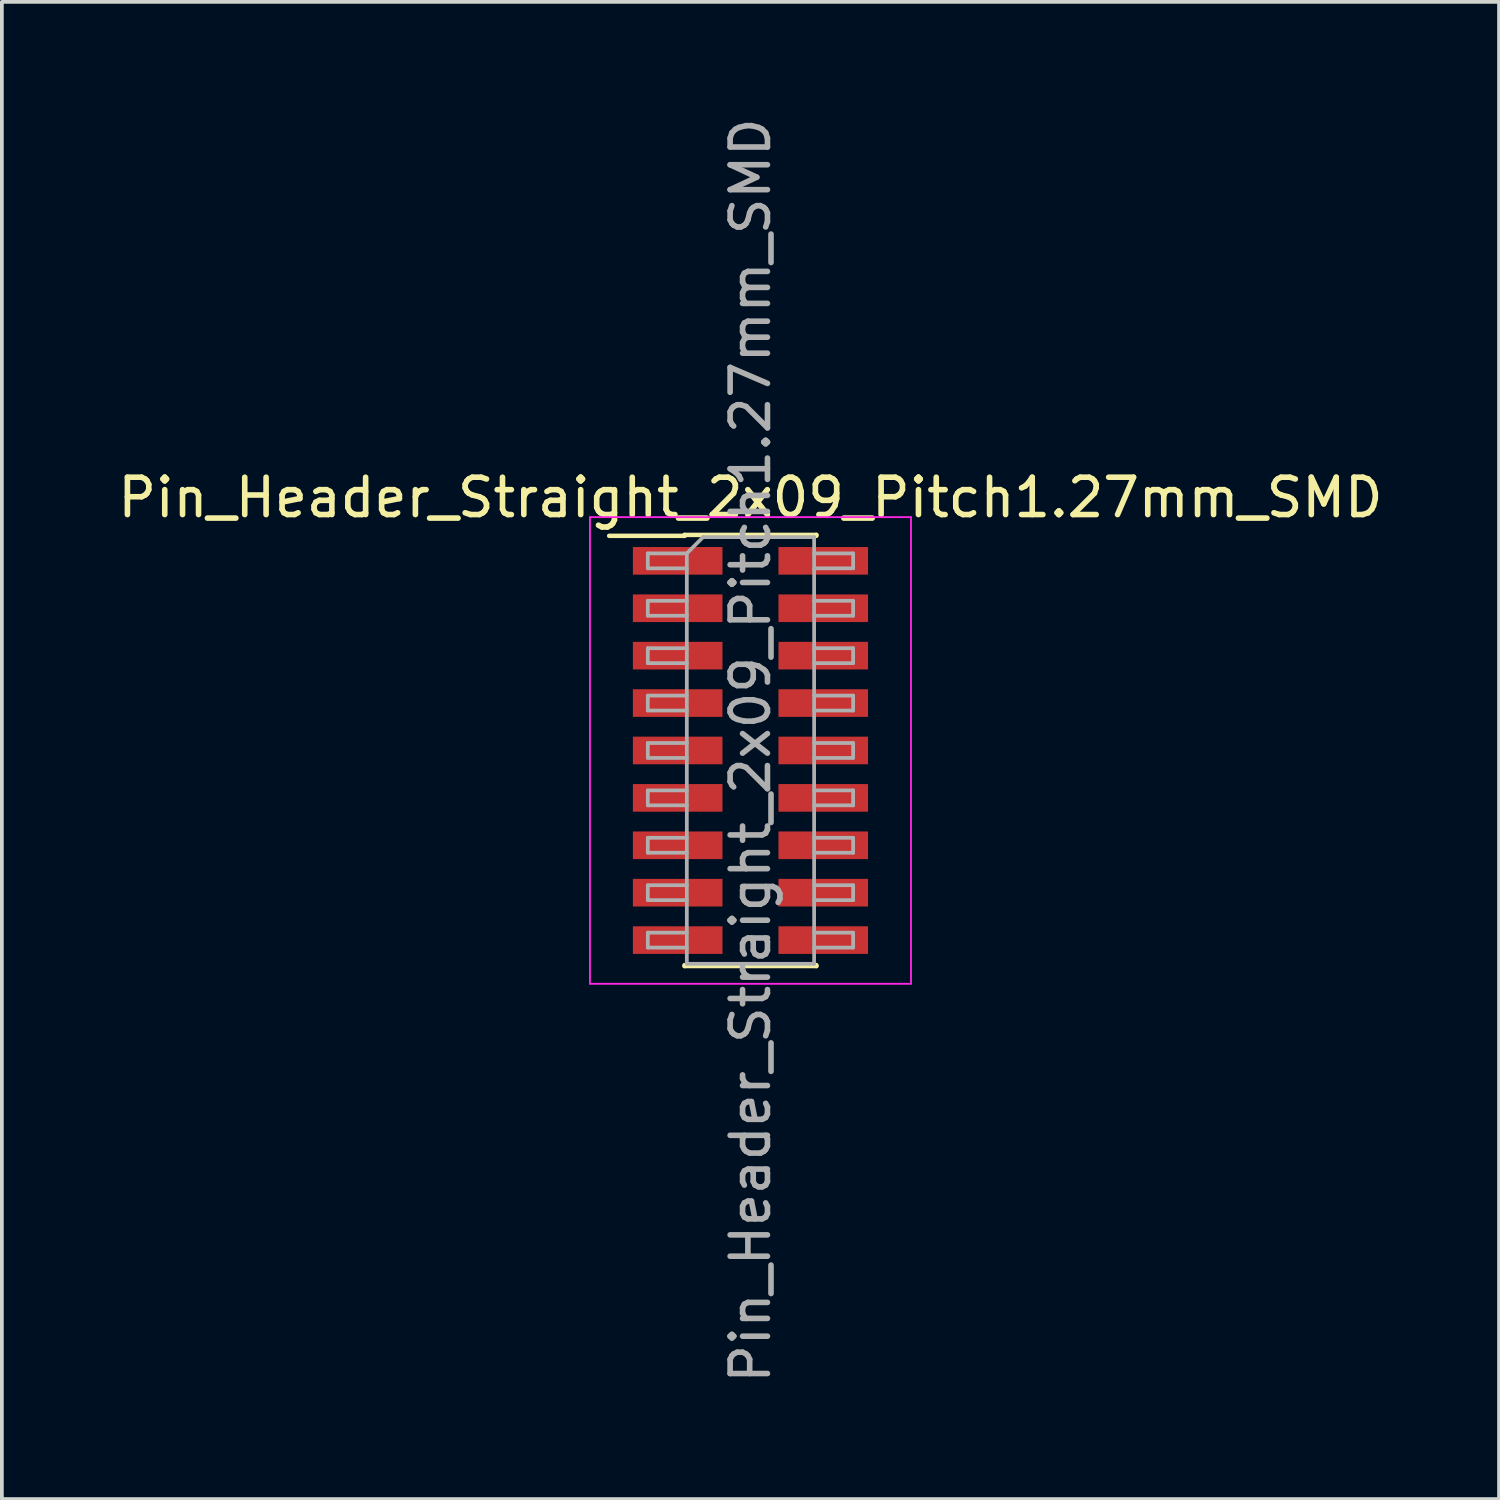
<source format=kicad_pcb>
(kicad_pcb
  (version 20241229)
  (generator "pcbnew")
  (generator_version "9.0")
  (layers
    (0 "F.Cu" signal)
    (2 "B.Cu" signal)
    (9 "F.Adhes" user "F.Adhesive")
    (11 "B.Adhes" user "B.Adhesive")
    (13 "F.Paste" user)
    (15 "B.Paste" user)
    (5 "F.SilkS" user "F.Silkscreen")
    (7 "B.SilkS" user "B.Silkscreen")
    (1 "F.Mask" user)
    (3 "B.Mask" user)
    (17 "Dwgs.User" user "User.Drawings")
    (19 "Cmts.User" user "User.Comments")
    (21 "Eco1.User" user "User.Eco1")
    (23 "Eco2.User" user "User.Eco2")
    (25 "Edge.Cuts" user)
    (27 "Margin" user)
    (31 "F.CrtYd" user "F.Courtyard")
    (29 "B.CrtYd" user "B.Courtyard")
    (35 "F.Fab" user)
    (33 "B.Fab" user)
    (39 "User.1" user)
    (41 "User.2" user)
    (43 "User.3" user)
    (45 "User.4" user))
  (footprint "Pin_Header_Straight_2x09_Pitch1.27mm_SMD"
    (layer "F.Cu")
    (at 17.054 17.054)
    (property "Reference" "Pin_Header_Straight_2x09_Pitch1.27mm_SMD" (at 0 -6.775 0) (layer "F.SilkS") (effects (font (size 1 1) (thickness 0.15))))
    (attr smd)
    (fp_line (start -3.785 -5.75) (end -1.765 -5.75) (stroke (width 0.12) (type solid)) (layer "F.SilkS"))
    (fp_line (start -1.765 -5.775) (end 1.765 -5.775) (stroke (width 0.12) (type solid)) (layer "F.SilkS"))
    (fp_line (start -1.765 -5.75) (end -1.765 -5.775) (stroke (width 0.12) (type solid)) (layer "F.SilkS"))
    (fp_line (start -1.765 5.75) (end -1.765 5.775) (stroke (width 0.12) (type solid)) (layer "F.SilkS"))
    (fp_line (start -1.765 5.775) (end 1.765 5.775) (stroke (width 0.12) (type solid)) (layer "F.SilkS"))
    (fp_line (start 1.765 -5.775) (end 1.765 -5.75) (stroke (width 0.12) (type solid)) (layer "F.SilkS"))
    (fp_line (start 1.765 5.775) (end 1.765 5.75) (stroke (width 0.12) (type solid)) (layer "F.SilkS"))
    (fp_line (start -4.3 -6.25) (end -4.3 6.25) (stroke (width 0.05) (type solid)) (layer "F.CrtYd"))
    (fp_line (start -4.3 6.25) (end 4.3 6.25) (stroke (width 0.05) (type solid)) (layer "F.CrtYd"))
    (fp_line (start 4.3 -6.25) (end -4.3 -6.25) (stroke (width 0.05) (type solid)) (layer "F.CrtYd"))
    (fp_line (start 4.3 6.25) (end 4.3 -6.25) (stroke (width 0.05) (type solid)) (layer "F.CrtYd"))
    (fp_line (start -2.75 -5.28) (end -2.75 -4.88) (stroke (width 0.1) (type solid)) (layer "F.Fab"))
    (fp_line (start -2.75 -4.88) (end -1.705 -4.88) (stroke (width 0.1) (type solid)) (layer "F.Fab"))
    (fp_line (start -2.75 -4.01) (end -2.75 -3.61) (stroke (width 0.1) (type solid)) (layer "F.Fab"))
    (fp_line (start -2.75 -3.61) (end -1.705 -3.61) (stroke (width 0.1) (type solid)) (layer "F.Fab"))
    (fp_line (start -2.75 -2.74) (end -2.75 -2.34) (stroke (width 0.1) (type solid)) (layer "F.Fab"))
    (fp_line (start -2.75 -2.34) (end -1.705 -2.34) (stroke (width 0.1) (type solid)) (layer "F.Fab"))
    (fp_line (start -2.75 -1.47) (end -2.75 -1.07) (stroke (width 0.1) (type solid)) (layer "F.Fab"))
    (fp_line (start -2.75 -1.07) (end -1.705 -1.07) (stroke (width 0.1) (type solid)) (layer "F.Fab"))
    (fp_line (start -2.75 -0.2) (end -2.75 0.2) (stroke (width 0.1) (type solid)) (layer "F.Fab"))
    (fp_line (start -2.75 0.2) (end -1.705 0.2) (stroke (width 0.1) (type solid)) (layer "F.Fab"))
    (fp_line (start -2.75 1.07) (end -2.75 1.47) (stroke (width 0.1) (type solid)) (layer "F.Fab"))
    (fp_line (start -2.75 1.47) (end -1.705 1.47) (stroke (width 0.1) (type solid)) (layer "F.Fab"))
    (fp_line (start -2.75 2.34) (end -2.75 2.74) (stroke (width 0.1) (type solid)) (layer "F.Fab"))
    (fp_line (start -2.75 2.74) (end -1.705 2.74) (stroke (width 0.1) (type solid)) (layer "F.Fab"))
    (fp_line (start -2.75 3.61) (end -2.75 4.01) (stroke (width 0.1) (type solid)) (layer "F.Fab"))
    (fp_line (start -2.75 4.01) (end -1.705 4.01) (stroke (width 0.1) (type solid)) (layer "F.Fab"))
    (fp_line (start -2.75 4.88) (end -2.75 5.28) (stroke (width 0.1) (type solid)) (layer "F.Fab"))
    (fp_line (start -2.75 5.28) (end -1.705 5.28) (stroke (width 0.1) (type solid)) (layer "F.Fab"))
    (fp_line (start -1.705 -5.28) (end -2.75 -5.28) (stroke (width 0.1) (type solid)) (layer "F.Fab"))
    (fp_line (start -1.705 -5.28) (end -1.27 -5.715) (stroke (width 0.1) (type solid)) (layer "F.Fab"))
    (fp_line (start -1.705 -4.01) (end -2.75 -4.01) (stroke (width 0.1) (type solid)) (layer "F.Fab"))
    (fp_line (start -1.705 -2.74) (end -2.75 -2.74) (stroke (width 0.1) (type solid)) (layer "F.Fab"))
    (fp_line (start -1.705 -1.47) (end -2.75 -1.47) (stroke (width 0.1) (type solid)) (layer "F.Fab"))
    (fp_line (start -1.705 -0.2) (end -2.75 -0.2) (stroke (width 0.1) (type solid)) (layer "F.Fab"))
    (fp_line (start -1.705 1.07) (end -2.75 1.07) (stroke (width 0.1) (type solid)) (layer "F.Fab"))
    (fp_line (start -1.705 2.34) (end -2.75 2.34) (stroke (width 0.1) (type solid)) (layer "F.Fab"))
    (fp_line (start -1.705 3.61) (end -2.75 3.61) (stroke (width 0.1) (type solid)) (layer "F.Fab"))
    (fp_line (start -1.705 4.88) (end -2.75 4.88) (stroke (width 0.1) (type solid)) (layer "F.Fab"))
    (fp_line (start -1.705 5.715) (end -1.705 -5.28) (stroke (width 0.1) (type solid)) (layer "F.Fab"))
    (fp_line (start -1.27 -5.715) (end 1.705 -5.715) (stroke (width 0.1) (type solid)) (layer "F.Fab"))
    (fp_line (start 1.705 -5.715) (end 1.705 5.715) (stroke (width 0.1) (type solid)) (layer "F.Fab"))
    (fp_line (start 1.705 -5.28) (end 2.75 -5.28) (stroke (width 0.1) (type solid)) (layer "F.Fab"))
    (fp_line (start 1.705 -4.01) (end 2.75 -4.01) (stroke (width 0.1) (type solid)) (layer "F.Fab"))
    (fp_line (start 1.705 -2.74) (end 2.75 -2.74) (stroke (width 0.1) (type solid)) (layer "F.Fab"))
    (fp_line (start 1.705 -1.47) (end 2.75 -1.47) (stroke (width 0.1) (type solid)) (layer "F.Fab"))
    (fp_line (start 1.705 -0.2) (end 2.75 -0.2) (stroke (width 0.1) (type solid)) (layer "F.Fab"))
    (fp_line (start 1.705 1.07) (end 2.75 1.07) (stroke (width 0.1) (type solid)) (layer "F.Fab"))
    (fp_line (start 1.705 2.34) (end 2.75 2.34) (stroke (width 0.1) (type solid)) (layer "F.Fab"))
    (fp_line (start 1.705 3.61) (end 2.75 3.61) (stroke (width 0.1) (type solid)) (layer "F.Fab"))
    (fp_line (start 1.705 4.88) (end 2.75 4.88) (stroke (width 0.1) (type solid)) (layer "F.Fab"))
    (fp_line (start 1.705 5.715) (end -1.705 5.715) (stroke (width 0.1) (type solid)) (layer "F.Fab"))
    (fp_line (start 2.75 -5.28) (end 2.75 -4.88) (stroke (width 0.1) (type solid)) (layer "F.Fab"))
    (fp_line (start 2.75 -4.88) (end 1.705 -4.88) (stroke (width 0.1) (type solid)) (layer "F.Fab"))
    (fp_line (start 2.75 -4.01) (end 2.75 -3.61) (stroke (width 0.1) (type solid)) (layer "F.Fab"))
    (fp_line (start 2.75 -3.61) (end 1.705 -3.61) (stroke (width 0.1) (type solid)) (layer "F.Fab"))
    (fp_line (start 2.75 -2.74) (end 2.75 -2.34) (stroke (width 0.1) (type solid)) (layer "F.Fab"))
    (fp_line (start 2.75 -2.34) (end 1.705 -2.34) (stroke (width 0.1) (type solid)) (layer "F.Fab"))
    (fp_line (start 2.75 -1.47) (end 2.75 -1.07) (stroke (width 0.1) (type solid)) (layer "F.Fab"))
    (fp_line (start 2.75 -1.07) (end 1.705 -1.07) (stroke (width 0.1) (type solid)) (layer "F.Fab"))
    (fp_line (start 2.75 -0.2) (end 2.75 0.2) (stroke (width 0.1) (type solid)) (layer "F.Fab"))
    (fp_line (start 2.75 0.2) (end 1.705 0.2) (stroke (width 0.1) (type solid)) (layer "F.Fab"))
    (fp_line (start 2.75 1.07) (end 2.75 1.47) (stroke (width 0.1) (type solid)) (layer "F.Fab"))
    (fp_line (start 2.75 1.47) (end 1.705 1.47) (stroke (width 0.1) (type solid)) (layer "F.Fab"))
    (fp_line (start 2.75 2.34) (end 2.75 2.74) (stroke (width 0.1) (type solid)) (layer "F.Fab"))
    (fp_line (start 2.75 2.74) (end 1.705 2.74) (stroke (width 0.1) (type solid)) (layer "F.Fab"))
    (fp_line (start 2.75 3.61) (end 2.75 4.01) (stroke (width 0.1) (type solid)) (layer "F.Fab"))
    (fp_line (start 2.75 4.01) (end 1.705 4.01) (stroke (width 0.1) (type solid)) (layer "F.Fab"))
    (fp_line (start 2.75 4.88) (end 2.75 5.28) (stroke (width 0.1) (type solid)) (layer "F.Fab"))
    (fp_line (start 2.75 5.28) (end 1.705 5.28) (stroke (width 0.1) (type solid)) (layer "F.Fab"))
    (fp_text user "${REFERENCE}" (at 0 0 90) (layer "F.Fab") (effects (font (size 1 1) (thickness 0.15))))
    (pad "1" smd rect (at -1.95 -5.08) (size 2.4 0.74) (layers "F.Cu" "F.Mask" "F.Paste"))
    (pad "2" smd rect (at 1.95 -5.08) (size 2.4 0.74) (layers "F.Cu" "F.Mask" "F.Paste"))
    (pad "3" smd rect (at -1.95 -3.81) (size 2.4 0.74) (layers "F.Cu" "F.Mask" "F.Paste"))
    (pad "4" smd rect (at 1.95 -3.81) (size 2.4 0.74) (layers "F.Cu" "F.Mask" "F.Paste"))
    (pad "5" smd rect (at -1.95 -2.54) (size 2.4 0.74) (layers "F.Cu" "F.Mask" "F.Paste"))
    (pad "6" smd rect (at 1.95 -2.54) (size 2.4 0.74) (layers "F.Cu" "F.Mask" "F.Paste"))
    (pad "7" smd rect (at -1.95 -1.27) (size 2.4 0.74) (layers "F.Cu" "F.Mask" "F.Paste"))
    (pad "8" smd rect (at 1.95 -1.27) (size 2.4 0.74) (layers "F.Cu" "F.Mask" "F.Paste"))
    (pad "9" smd rect (at -1.95 0) (size 2.4 0.74) (layers "F.Cu" "F.Mask" "F.Paste"))
    (pad "10" smd rect (at 1.95 0) (size 2.4 0.74) (layers "F.Cu" "F.Mask" "F.Paste"))
    (pad "11" smd rect (at -1.95 1.27) (size 2.4 0.74) (layers "F.Cu" "F.Mask" "F.Paste"))
    (pad "12" smd rect (at 1.95 1.27) (size 2.4 0.74) (layers "F.Cu" "F.Mask" "F.Paste"))
    (pad "13" smd rect (at -1.95 2.54) (size 2.4 0.74) (layers "F.Cu" "F.Mask" "F.Paste"))
    (pad "14" smd rect (at 1.95 2.54) (size 2.4 0.74) (layers "F.Cu" "F.Mask" "F.Paste"))
    (pad "15" smd rect (at -1.95 3.81) (size 2.4 0.74) (layers "F.Cu" "F.Mask" "F.Paste"))
    (pad "16" smd rect (at 1.95 3.81) (size 2.4 0.74) (layers "F.Cu" "F.Mask" "F.Paste"))
    (pad "17" smd rect (at -1.95 5.08) (size 2.4 0.74) (layers "F.Cu" "F.Mask" "F.Paste"))
    (pad "18" smd rect (at 1.95 5.08) (size 2.4 0.74) (layers "F.Cu" "F.Mask" "F.Paste")))
  (gr_rect
    (start -3 -3)
    (end 37.107 37.107)
    (stroke (width 0.1) (type default))
    (fill no)
    (layer "Edge.Cuts")))
</source>
